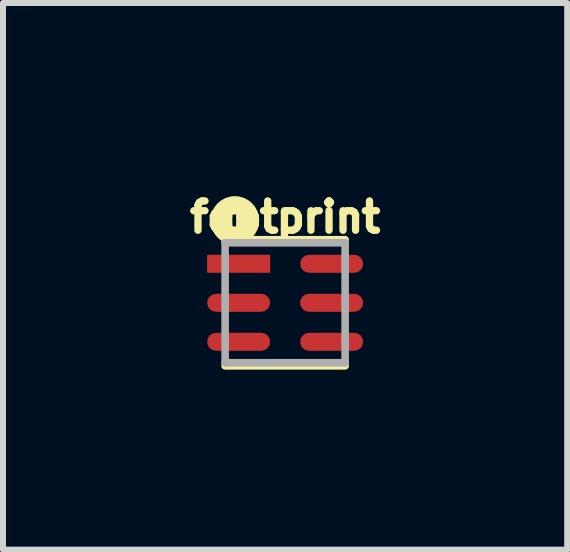
<source format=kicad_pcb>
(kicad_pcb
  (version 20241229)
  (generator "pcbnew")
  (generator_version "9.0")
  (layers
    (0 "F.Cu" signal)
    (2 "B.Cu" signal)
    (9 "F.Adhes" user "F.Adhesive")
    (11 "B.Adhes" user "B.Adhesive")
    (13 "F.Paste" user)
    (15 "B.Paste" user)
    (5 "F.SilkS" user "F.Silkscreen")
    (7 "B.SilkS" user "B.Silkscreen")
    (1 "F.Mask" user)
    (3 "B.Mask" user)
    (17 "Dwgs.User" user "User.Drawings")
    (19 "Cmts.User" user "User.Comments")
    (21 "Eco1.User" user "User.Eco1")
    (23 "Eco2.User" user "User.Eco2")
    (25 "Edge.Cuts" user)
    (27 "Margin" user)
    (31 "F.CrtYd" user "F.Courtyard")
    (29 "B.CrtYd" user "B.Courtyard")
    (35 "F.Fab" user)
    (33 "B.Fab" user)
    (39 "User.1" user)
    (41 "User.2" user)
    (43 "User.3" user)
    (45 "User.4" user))
  (footprint "footprint"
    (layer "F.Cu")
    (at 1.702 1.996)
    (property "Reference" "footprint" (at 0 -1.143 0) (layer "F.SilkS") (effects (font (size 0.488 0.488) (thickness 0.122)) (justify bottom)))
    (fp_line (start -1 -1.051) (end 1 -1.051) (stroke (width 0.127) (type solid)) (layer "F.SilkS"))
    (fp_line (start -1 1.051) (end 1 1.051) (stroke (width 0.127) (type solid)) (layer "F.SilkS"))
    (fp_circle (center -0.838 -1.372) (end -0.738 -1.372) (stroke (width 0.305) (type solid)) (fill no) (layer "F.SilkS"))
    (fp_line (start -1 -1) (end -1 1) (stroke (width 0.127) (type solid)) (layer "F.Fab"))
    (fp_line (start -1 1) (end 1 1) (stroke (width 0.127) (type solid)) (layer "F.Fab"))
    (fp_line (start 1 -1) (end -1 -1) (stroke (width 0.127) (type solid)) (layer "F.Fab"))
    (fp_line (start 1 1) (end 1 -1) (stroke (width 0.127) (type solid)) (layer "F.Fab"))
    (pad "1" smd rect (at -0.775 -0.65 180) (size 1.05 0.3) (layers "F.Cu" "F.Mask" "F.Paste"))
    (pad "2" smd roundrect (at -0.775 0) (size 1.05 0.3) (layers "F.Cu" "F.Mask" "F.Paste") (roundrect_rratio 0.5))
    (pad "3" smd roundrect (at -0.775 0.65) (size 1.05 0.3) (layers "F.Cu" "F.Mask" "F.Paste") (roundrect_rratio 0.5))
    (pad "4" smd roundrect (at 0.775 0.65) (size 1.05 0.3) (layers "F.Cu" "F.Mask" "F.Paste") (roundrect_rratio 0.5))
    (pad "5" smd roundrect (at 0.775 0) (size 1.05 0.3) (layers "F.Cu" "F.Mask" "F.Paste") (roundrect_rratio 0.5))
    (pad "6" smd roundrect (at 0.775 -0.65) (size 1.05 0.3) (layers "F.Cu" "F.Mask" "F.Paste") (roundrect_rratio 0.5)))
  (gr_rect
    (start -3 -3)
    (end 6.403 6.111)
    (stroke (width 0.1) (type default))
    (fill no)
    (layer "Edge.Cuts")))
</source>
